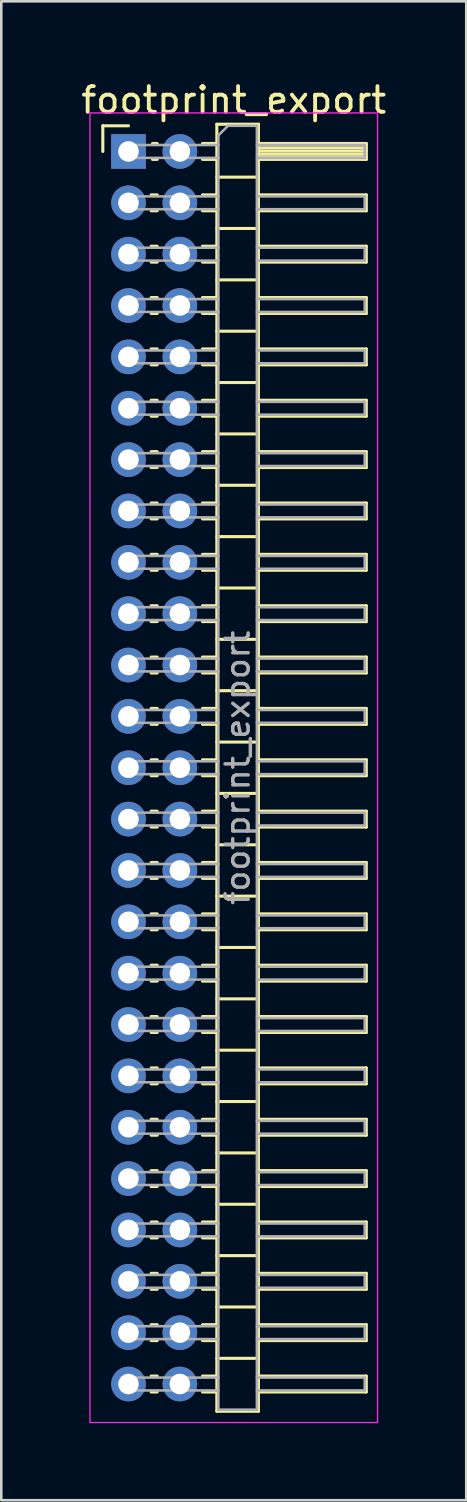
<source format=kicad_pcb>
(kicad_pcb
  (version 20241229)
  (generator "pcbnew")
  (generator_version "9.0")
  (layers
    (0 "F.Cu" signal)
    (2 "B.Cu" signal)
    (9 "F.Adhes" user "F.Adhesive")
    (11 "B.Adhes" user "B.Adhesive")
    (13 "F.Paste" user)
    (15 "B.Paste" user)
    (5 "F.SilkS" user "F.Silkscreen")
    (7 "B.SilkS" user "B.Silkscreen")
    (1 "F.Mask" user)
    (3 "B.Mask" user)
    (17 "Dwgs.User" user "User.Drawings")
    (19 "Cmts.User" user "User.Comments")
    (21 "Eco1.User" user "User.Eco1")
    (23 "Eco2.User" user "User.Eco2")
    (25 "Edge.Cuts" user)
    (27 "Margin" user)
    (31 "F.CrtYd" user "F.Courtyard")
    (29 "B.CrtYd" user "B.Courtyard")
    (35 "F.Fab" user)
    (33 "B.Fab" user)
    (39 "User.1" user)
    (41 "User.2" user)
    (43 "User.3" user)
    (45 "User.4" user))
  (footprint "footprint_export"
    (layer "F.Cu")
    (at 1.954 2.848)
    (property "Reference" "footprint_export" (at 4.1 -2 0) (layer "F.SilkS") (effects (font (size 1 1) (thickness 0.15))))
    (attr through_hole)
    (fp_line (start -1 -1) (end 0 -1) (stroke (width 0.12) (type solid)) (layer "F.SilkS"))
    (fp_line (start -1 0) (end -1 -1) (stroke (width 0.12) (type solid)) (layer "F.SilkS"))
    (fp_line (start 0.882 1.69) (end 1.118 1.69) (stroke (width 0.12) (type solid)) (layer "F.SilkS"))
    (fp_line (start 0.882 2.31) (end 1.118 2.31) (stroke (width 0.12) (type solid)) (layer "F.SilkS"))
    (fp_line (start 0.882 3.69) (end 1.118 3.69) (stroke (width 0.12) (type solid)) (layer "F.SilkS"))
    (fp_line (start 0.882 4.31) (end 1.118 4.31) (stroke (width 0.12) (type solid)) (layer "F.SilkS"))
    (fp_line (start 0.882 5.69) (end 1.118 5.69) (stroke (width 0.12) (type solid)) (layer "F.SilkS"))
    (fp_line (start 0.882 6.31) (end 1.118 6.31) (stroke (width 0.12) (type solid)) (layer "F.SilkS"))
    (fp_line (start 0.882 7.69) (end 1.118 7.69) (stroke (width 0.12) (type solid)) (layer "F.SilkS"))
    (fp_line (start 0.882 8.31) (end 1.118 8.31) (stroke (width 0.12) (type solid)) (layer "F.SilkS"))
    (fp_line (start 0.882 9.69) (end 1.118 9.69) (stroke (width 0.12) (type solid)) (layer "F.SilkS"))
    (fp_line (start 0.882 10.31) (end 1.118 10.31) (stroke (width 0.12) (type solid)) (layer "F.SilkS"))
    (fp_line (start 0.882 11.69) (end 1.118 11.69) (stroke (width 0.12) (type solid)) (layer "F.SilkS"))
    (fp_line (start 0.882 12.31) (end 1.118 12.31) (stroke (width 0.12) (type solid)) (layer "F.SilkS"))
    (fp_line (start 0.882 13.69) (end 1.118 13.69) (stroke (width 0.12) (type solid)) (layer "F.SilkS"))
    (fp_line (start 0.882 14.31) (end 1.118 14.31) (stroke (width 0.12) (type solid)) (layer "F.SilkS"))
    (fp_line (start 0.882 15.69) (end 1.118 15.69) (stroke (width 0.12) (type solid)) (layer "F.SilkS"))
    (fp_line (start 0.882 16.31) (end 1.118 16.31) (stroke (width 0.12) (type solid)) (layer "F.SilkS"))
    (fp_line (start 0.882 17.69) (end 1.118 17.69) (stroke (width 0.12) (type solid)) (layer "F.SilkS"))
    (fp_line (start 0.882 18.31) (end 1.118 18.31) (stroke (width 0.12) (type solid)) (layer "F.SilkS"))
    (fp_line (start 0.882 19.69) (end 1.118 19.69) (stroke (width 0.12) (type solid)) (layer "F.SilkS"))
    (fp_line (start 0.882 20.31) (end 1.118 20.31) (stroke (width 0.12) (type solid)) (layer "F.SilkS"))
    (fp_line (start 0.882 21.69) (end 1.118 21.69) (stroke (width 0.12) (type solid)) (layer "F.SilkS"))
    (fp_line (start 0.882 22.31) (end 1.118 22.31) (stroke (width 0.12) (type solid)) (layer "F.SilkS"))
    (fp_line (start 0.882 23.69) (end 1.118 23.69) (stroke (width 0.12) (type solid)) (layer "F.SilkS"))
    (fp_line (start 0.882 24.31) (end 1.118 24.31) (stroke (width 0.12) (type solid)) (layer "F.SilkS"))
    (fp_line (start 0.882 25.69) (end 1.118 25.69) (stroke (width 0.12) (type solid)) (layer "F.SilkS"))
    (fp_line (start 0.882 26.31) (end 1.118 26.31) (stroke (width 0.12) (type solid)) (layer "F.SilkS"))
    (fp_line (start 0.882 27.69) (end 1.118 27.69) (stroke (width 0.12) (type solid)) (layer "F.SilkS"))
    (fp_line (start 0.882 28.31) (end 1.118 28.31) (stroke (width 0.12) (type solid)) (layer "F.SilkS"))
    (fp_line (start 0.882 29.69) (end 1.118 29.69) (stroke (width 0.12) (type solid)) (layer "F.SilkS"))
    (fp_line (start 0.882 30.31) (end 1.118 30.31) (stroke (width 0.12) (type solid)) (layer "F.SilkS"))
    (fp_line (start 0.882 31.69) (end 1.118 31.69) (stroke (width 0.12) (type solid)) (layer "F.SilkS"))
    (fp_line (start 0.882 32.31) (end 1.118 32.31) (stroke (width 0.12) (type solid)) (layer "F.SilkS"))
    (fp_line (start 0.882 33.69) (end 1.118 33.69) (stroke (width 0.12) (type solid)) (layer "F.SilkS"))
    (fp_line (start 0.882 34.31) (end 1.118 34.31) (stroke (width 0.12) (type solid)) (layer "F.SilkS"))
    (fp_line (start 0.882 35.69) (end 1.118 35.69) (stroke (width 0.12) (type solid)) (layer "F.SilkS"))
    (fp_line (start 0.882 36.31) (end 1.118 36.31) (stroke (width 0.12) (type solid)) (layer "F.SilkS"))
    (fp_line (start 0.882 37.69) (end 1.118 37.69) (stroke (width 0.12) (type solid)) (layer "F.SilkS"))
    (fp_line (start 0.882 38.31) (end 1.118 38.31) (stroke (width 0.12) (type solid)) (layer "F.SilkS"))
    (fp_line (start 0.882 39.69) (end 1.118 39.69) (stroke (width 0.12) (type solid)) (layer "F.SilkS"))
    (fp_line (start 0.882 40.31) (end 1.118 40.31) (stroke (width 0.12) (type solid)) (layer "F.SilkS"))
    (fp_line (start 0.882 41.69) (end 1.118 41.69) (stroke (width 0.12) (type solid)) (layer "F.SilkS"))
    (fp_line (start 0.882 42.31) (end 1.118 42.31) (stroke (width 0.12) (type solid)) (layer "F.SilkS"))
    (fp_line (start 0.882 43.69) (end 1.118 43.69) (stroke (width 0.12) (type solid)) (layer "F.SilkS"))
    (fp_line (start 0.882 44.31) (end 1.118 44.31) (stroke (width 0.12) (type solid)) (layer "F.SilkS"))
    (fp_line (start 0.882 45.69) (end 1.118 45.69) (stroke (width 0.12) (type solid)) (layer "F.SilkS"))
    (fp_line (start 0.882 46.31) (end 1.118 46.31) (stroke (width 0.12) (type solid)) (layer "F.SilkS"))
    (fp_line (start 0.882 47.69) (end 1.118 47.69) (stroke (width 0.12) (type solid)) (layer "F.SilkS"))
    (fp_line (start 0.882 48.31) (end 1.118 48.31) (stroke (width 0.12) (type solid)) (layer "F.SilkS"))
    (fp_line (start 0.935 -0.31) (end 1.118 -0.31) (stroke (width 0.12) (type solid)) (layer "F.SilkS"))
    (fp_line (start 0.935 0.31) (end 1.118 0.31) (stroke (width 0.12) (type solid)) (layer "F.SilkS"))
    (fp_line (start 2.882 -0.31) (end 3.44 -0.31) (stroke (width 0.12) (type solid)) (layer "F.SilkS"))
    (fp_line (start 2.882 0.31) (end 3.44 0.31) (stroke (width 0.12) (type solid)) (layer "F.SilkS"))
    (fp_line (start 2.882 1.69) (end 3.44 1.69) (stroke (width 0.12) (type solid)) (layer "F.SilkS"))
    (fp_line (start 2.882 2.31) (end 3.44 2.31) (stroke (width 0.12) (type solid)) (layer "F.SilkS"))
    (fp_line (start 2.882 3.69) (end 3.44 3.69) (stroke (width 0.12) (type solid)) (layer "F.SilkS"))
    (fp_line (start 2.882 4.31) (end 3.44 4.31) (stroke (width 0.12) (type solid)) (layer "F.SilkS"))
    (fp_line (start 2.882 5.69) (end 3.44 5.69) (stroke (width 0.12) (type solid)) (layer "F.SilkS"))
    (fp_line (start 2.882 6.31) (end 3.44 6.31) (stroke (width 0.12) (type solid)) (layer "F.SilkS"))
    (fp_line (start 2.882 7.69) (end 3.44 7.69) (stroke (width 0.12) (type solid)) (layer "F.SilkS"))
    (fp_line (start 2.882 8.31) (end 3.44 8.31) (stroke (width 0.12) (type solid)) (layer "F.SilkS"))
    (fp_line (start 2.882 9.69) (end 3.44 9.69) (stroke (width 0.12) (type solid)) (layer "F.SilkS"))
    (fp_line (start 2.882 10.31) (end 3.44 10.31) (stroke (width 0.12) (type solid)) (layer "F.SilkS"))
    (fp_line (start 2.882 11.69) (end 3.44 11.69) (stroke (width 0.12) (type solid)) (layer "F.SilkS"))
    (fp_line (start 2.882 12.31) (end 3.44 12.31) (stroke (width 0.12) (type solid)) (layer "F.SilkS"))
    (fp_line (start 2.882 13.69) (end 3.44 13.69) (stroke (width 0.12) (type solid)) (layer "F.SilkS"))
    (fp_line (start 2.882 14.31) (end 3.44 14.31) (stroke (width 0.12) (type solid)) (layer "F.SilkS"))
    (fp_line (start 2.882 15.69) (end 3.44 15.69) (stroke (width 0.12) (type solid)) (layer "F.SilkS"))
    (fp_line (start 2.882 16.31) (end 3.44 16.31) (stroke (width 0.12) (type solid)) (layer "F.SilkS"))
    (fp_line (start 2.882 17.69) (end 3.44 17.69) (stroke (width 0.12) (type solid)) (layer "F.SilkS"))
    (fp_line (start 2.882 18.31) (end 3.44 18.31) (stroke (width 0.12) (type solid)) (layer "F.SilkS"))
    (fp_line (start 2.882 19.69) (end 3.44 19.69) (stroke (width 0.12) (type solid)) (layer "F.SilkS"))
    (fp_line (start 2.882 20.31) (end 3.44 20.31) (stroke (width 0.12) (type solid)) (layer "F.SilkS"))
    (fp_line (start 2.882 21.69) (end 3.44 21.69) (stroke (width 0.12) (type solid)) (layer "F.SilkS"))
    (fp_line (start 2.882 22.31) (end 3.44 22.31) (stroke (width 0.12) (type solid)) (layer "F.SilkS"))
    (fp_line (start 2.882 23.69) (end 3.44 23.69) (stroke (width 0.12) (type solid)) (layer "F.SilkS"))
    (fp_line (start 2.882 24.31) (end 3.44 24.31) (stroke (width 0.12) (type solid)) (layer "F.SilkS"))
    (fp_line (start 2.882 25.69) (end 3.44 25.69) (stroke (width 0.12) (type solid)) (layer "F.SilkS"))
    (fp_line (start 2.882 26.31) (end 3.44 26.31) (stroke (width 0.12) (type solid)) (layer "F.SilkS"))
    (fp_line (start 2.882 27.69) (end 3.44 27.69) (stroke (width 0.12) (type solid)) (layer "F.SilkS"))
    (fp_line (start 2.882 28.31) (end 3.44 28.31) (stroke (width 0.12) (type solid)) (layer "F.SilkS"))
    (fp_line (start 2.882 29.69) (end 3.44 29.69) (stroke (width 0.12) (type solid)) (layer "F.SilkS"))
    (fp_line (start 2.882 30.31) (end 3.44 30.31) (stroke (width 0.12) (type solid)) (layer "F.SilkS"))
    (fp_line (start 2.882 31.69) (end 3.44 31.69) (stroke (width 0.12) (type solid)) (layer "F.SilkS"))
    (fp_line (start 2.882 32.31) (end 3.44 32.31) (stroke (width 0.12) (type solid)) (layer "F.SilkS"))
    (fp_line (start 2.882 33.69) (end 3.44 33.69) (stroke (width 0.12) (type solid)) (layer "F.SilkS"))
    (fp_line (start 2.882 34.31) (end 3.44 34.31) (stroke (width 0.12) (type solid)) (layer "F.SilkS"))
    (fp_line (start 2.882 35.69) (end 3.44 35.69) (stroke (width 0.12) (type solid)) (layer "F.SilkS"))
    (fp_line (start 2.882 36.31) (end 3.44 36.31) (stroke (width 0.12) (type solid)) (layer "F.SilkS"))
    (fp_line (start 2.882 37.69) (end 3.44 37.69) (stroke (width 0.12) (type solid)) (layer "F.SilkS"))
    (fp_line (start 2.882 38.31) (end 3.44 38.31) (stroke (width 0.12) (type solid)) (layer "F.SilkS"))
    (fp_line (start 2.882 39.69) (end 3.44 39.69) (stroke (width 0.12) (type solid)) (layer "F.SilkS"))
    (fp_line (start 2.882 40.31) (end 3.44 40.31) (stroke (width 0.12) (type solid)) (layer "F.SilkS"))
    (fp_line (start 2.882 41.69) (end 3.44 41.69) (stroke (width 0.12) (type solid)) (layer "F.SilkS"))
    (fp_line (start 2.882 42.31) (end 3.44 42.31) (stroke (width 0.12) (type solid)) (layer "F.SilkS"))
    (fp_line (start 2.882 43.69) (end 3.44 43.69) (stroke (width 0.12) (type solid)) (layer "F.SilkS"))
    (fp_line (start 2.882 44.31) (end 3.44 44.31) (stroke (width 0.12) (type solid)) (layer "F.SilkS"))
    (fp_line (start 2.882 45.69) (end 3.44 45.69) (stroke (width 0.12) (type solid)) (layer "F.SilkS"))
    (fp_line (start 2.882 46.31) (end 3.44 46.31) (stroke (width 0.12) (type solid)) (layer "F.SilkS"))
    (fp_line (start 2.882 47.69) (end 3.44 47.69) (stroke (width 0.12) (type solid)) (layer "F.SilkS"))
    (fp_line (start 2.882 48.31) (end 3.44 48.31) (stroke (width 0.12) (type solid)) (layer "F.SilkS"))
    (fp_line (start 3.44 -1.06) (end 3.44 49.06) (stroke (width 0.12) (type solid)) (layer "F.SilkS"))
    (fp_line (start 3.44 1) (end 5.06 1) (stroke (width 0.12) (type solid)) (layer "F.SilkS"))
    (fp_line (start 3.44 3) (end 5.06 3) (stroke (width 0.12) (type solid)) (layer "F.SilkS"))
    (fp_line (start 3.44 5) (end 5.06 5) (stroke (width 0.12) (type solid)) (layer "F.SilkS"))
    (fp_line (start 3.44 7) (end 5.06 7) (stroke (width 0.12) (type solid)) (layer "F.SilkS"))
    (fp_line (start 3.44 9) (end 5.06 9) (stroke (width 0.12) (type solid)) (layer "F.SilkS"))
    (fp_line (start 3.44 11) (end 5.06 11) (stroke (width 0.12) (type solid)) (layer "F.SilkS"))
    (fp_line (start 3.44 13) (end 5.06 13) (stroke (width 0.12) (type solid)) (layer "F.SilkS"))
    (fp_line (start 3.44 15) (end 5.06 15) (stroke (width 0.12) (type solid)) (layer "F.SilkS"))
    (fp_line (start 3.44 17) (end 5.06 17) (stroke (width 0.12) (type solid)) (layer "F.SilkS"))
    (fp_line (start 3.44 19) (end 5.06 19) (stroke (width 0.12) (type solid)) (layer "F.SilkS"))
    (fp_line (start 3.44 21) (end 5.06 21) (stroke (width 0.12) (type solid)) (layer "F.SilkS"))
    (fp_line (start 3.44 23) (end 5.06 23) (stroke (width 0.12) (type solid)) (layer "F.SilkS"))
    (fp_line (start 3.44 25) (end 5.06 25) (stroke (width 0.12) (type solid)) (layer "F.SilkS"))
    (fp_line (start 3.44 27) (end 5.06 27) (stroke (width 0.12) (type solid)) (layer "F.SilkS"))
    (fp_line (start 3.44 29) (end 5.06 29) (stroke (width 0.12) (type solid)) (layer "F.SilkS"))
    (fp_line (start 3.44 31) (end 5.06 31) (stroke (width 0.12) (type solid)) (layer "F.SilkS"))
    (fp_line (start 3.44 33) (end 5.06 33) (stroke (width 0.12) (type solid)) (layer "F.SilkS"))
    (fp_line (start 3.44 35) (end 5.06 35) (stroke (width 0.12) (type solid)) (layer "F.SilkS"))
    (fp_line (start 3.44 37) (end 5.06 37) (stroke (width 0.12) (type solid)) (layer "F.SilkS"))
    (fp_line (start 3.44 39) (end 5.06 39) (stroke (width 0.12) (type solid)) (layer "F.SilkS"))
    (fp_line (start 3.44 41) (end 5.06 41) (stroke (width 0.12) (type solid)) (layer "F.SilkS"))
    (fp_line (start 3.44 43) (end 5.06 43) (stroke (width 0.12) (type solid)) (layer "F.SilkS"))
    (fp_line (start 3.44 45) (end 5.06 45) (stroke (width 0.12) (type solid)) (layer "F.SilkS"))
    (fp_line (start 3.44 47) (end 5.06 47) (stroke (width 0.12) (type solid)) (layer "F.SilkS"))
    (fp_line (start 3.44 49.06) (end 5.06 49.06) (stroke (width 0.12) (type solid)) (layer "F.SilkS"))
    (fp_line (start 5.06 -1.06) (end 3.44 -1.06) (stroke (width 0.12) (type solid)) (layer "F.SilkS"))
    (fp_line (start 5.06 -0.31) (end 9.26 -0.31) (stroke (width 0.12) (type solid)) (layer "F.SilkS"))
    (fp_line (start 5.06 -0.25) (end 9.26 -0.25) (stroke (width 0.12) (type solid)) (layer "F.SilkS"))
    (fp_line (start 5.06 -0.13) (end 9.26 -0.13) (stroke (width 0.12) (type solid)) (layer "F.SilkS"))
    (fp_line (start 5.06 -0.01) (end 9.26 -0.01) (stroke (width 0.12) (type solid)) (layer "F.SilkS"))
    (fp_line (start 5.06 0.11) (end 9.26 0.11) (stroke (width 0.12) (type solid)) (layer "F.SilkS"))
    (fp_line (start 5.06 0.23) (end 9.26 0.23) (stroke (width 0.12) (type solid)) (layer "F.SilkS"))
    (fp_line (start 5.06 1.69) (end 9.26 1.69) (stroke (width 0.12) (type solid)) (layer "F.SilkS"))
    (fp_line (start 5.06 3.69) (end 9.26 3.69) (stroke (width 0.12) (type solid)) (layer "F.SilkS"))
    (fp_line (start 5.06 5.69) (end 9.26 5.69) (stroke (width 0.12) (type solid)) (layer "F.SilkS"))
    (fp_line (start 5.06 7.69) (end 9.26 7.69) (stroke (width 0.12) (type solid)) (layer "F.SilkS"))
    (fp_line (start 5.06 9.69) (end 9.26 9.69) (stroke (width 0.12) (type solid)) (layer "F.SilkS"))
    (fp_line (start 5.06 11.69) (end 9.26 11.69) (stroke (width 0.12) (type solid)) (layer "F.SilkS"))
    (fp_line (start 5.06 13.69) (end 9.26 13.69) (stroke (width 0.12) (type solid)) (layer "F.SilkS"))
    (fp_line (start 5.06 15.69) (end 9.26 15.69) (stroke (width 0.12) (type solid)) (layer "F.SilkS"))
    (fp_line (start 5.06 17.69) (end 9.26 17.69) (stroke (width 0.12) (type solid)) (layer "F.SilkS"))
    (fp_line (start 5.06 19.69) (end 9.26 19.69) (stroke (width 0.12) (type solid)) (layer "F.SilkS"))
    (fp_line (start 5.06 21.69) (end 9.26 21.69) (stroke (width 0.12) (type solid)) (layer "F.SilkS"))
    (fp_line (start 5.06 23.69) (end 9.26 23.69) (stroke (width 0.12) (type solid)) (layer "F.SilkS"))
    (fp_line (start 5.06 25.69) (end 9.26 25.69) (stroke (width 0.12) (type solid)) (layer "F.SilkS"))
    (fp_line (start 5.06 27.69) (end 9.26 27.69) (stroke (width 0.12) (type solid)) (layer "F.SilkS"))
    (fp_line (start 5.06 29.69) (end 9.26 29.69) (stroke (width 0.12) (type solid)) (layer "F.SilkS"))
    (fp_line (start 5.06 31.69) (end 9.26 31.69) (stroke (width 0.12) (type solid)) (layer "F.SilkS"))
    (fp_line (start 5.06 33.69) (end 9.26 33.69) (stroke (width 0.12) (type solid)) (layer "F.SilkS"))
    (fp_line (start 5.06 35.69) (end 9.26 35.69) (stroke (width 0.12) (type solid)) (layer "F.SilkS"))
    (fp_line (start 5.06 37.69) (end 9.26 37.69) (stroke (width 0.12) (type solid)) (layer "F.SilkS"))
    (fp_line (start 5.06 39.69) (end 9.26 39.69) (stroke (width 0.12) (type solid)) (layer "F.SilkS"))
    (fp_line (start 5.06 41.69) (end 9.26 41.69) (stroke (width 0.12) (type solid)) (layer "F.SilkS"))
    (fp_line (start 5.06 43.69) (end 9.26 43.69) (stroke (width 0.12) (type solid)) (layer "F.SilkS"))
    (fp_line (start 5.06 45.69) (end 9.26 45.69) (stroke (width 0.12) (type solid)) (layer "F.SilkS"))
    (fp_line (start 5.06 47.69) (end 9.26 47.69) (stroke (width 0.12) (type solid)) (layer "F.SilkS"))
    (fp_line (start 5.06 49.06) (end 5.06 -1.06) (stroke (width 0.12) (type solid)) (layer "F.SilkS"))
    (fp_line (start 9.26 -0.31) (end 9.26 0.31) (stroke (width 0.12) (type solid)) (layer "F.SilkS"))
    (fp_line (start 9.26 0.31) (end 5.06 0.31) (stroke (width 0.12) (type solid)) (layer "F.SilkS"))
    (fp_line (start 9.26 1.69) (end 9.26 2.31) (stroke (width 0.12) (type solid)) (layer "F.SilkS"))
    (fp_line (start 9.26 2.31) (end 5.06 2.31) (stroke (width 0.12) (type solid)) (layer "F.SilkS"))
    (fp_line (start 9.26 3.69) (end 9.26 4.31) (stroke (width 0.12) (type solid)) (layer "F.SilkS"))
    (fp_line (start 9.26 4.31) (end 5.06 4.31) (stroke (width 0.12) (type solid)) (layer "F.SilkS"))
    (fp_line (start 9.26 5.69) (end 9.26 6.31) (stroke (width 0.12) (type solid)) (layer "F.SilkS"))
    (fp_line (start 9.26 6.31) (end 5.06 6.31) (stroke (width 0.12) (type solid)) (layer "F.SilkS"))
    (fp_line (start 9.26 7.69) (end 9.26 8.31) (stroke (width 0.12) (type solid)) (layer "F.SilkS"))
    (fp_line (start 9.26 8.31) (end 5.06 8.31) (stroke (width 0.12) (type solid)) (layer "F.SilkS"))
    (fp_line (start 9.26 9.69) (end 9.26 10.31) (stroke (width 0.12) (type solid)) (layer "F.SilkS"))
    (fp_line (start 9.26 10.31) (end 5.06 10.31) (stroke (width 0.12) (type solid)) (layer "F.SilkS"))
    (fp_line (start 9.26 11.69) (end 9.26 12.31) (stroke (width 0.12) (type solid)) (layer "F.SilkS"))
    (fp_line (start 9.26 12.31) (end 5.06 12.31) (stroke (width 0.12) (type solid)) (layer "F.SilkS"))
    (fp_line (start 9.26 13.69) (end 9.26 14.31) (stroke (width 0.12) (type solid)) (layer "F.SilkS"))
    (fp_line (start 9.26 14.31) (end 5.06 14.31) (stroke (width 0.12) (type solid)) (layer "F.SilkS"))
    (fp_line (start 9.26 15.69) (end 9.26 16.31) (stroke (width 0.12) (type solid)) (layer "F.SilkS"))
    (fp_line (start 9.26 16.31) (end 5.06 16.31) (stroke (width 0.12) (type solid)) (layer "F.SilkS"))
    (fp_line (start 9.26 17.69) (end 9.26 18.31) (stroke (width 0.12) (type solid)) (layer "F.SilkS"))
    (fp_line (start 9.26 18.31) (end 5.06 18.31) (stroke (width 0.12) (type solid)) (layer "F.SilkS"))
    (fp_line (start 9.26 19.69) (end 9.26 20.31) (stroke (width 0.12) (type solid)) (layer "F.SilkS"))
    (fp_line (start 9.26 20.31) (end 5.06 20.31) (stroke (width 0.12) (type solid)) (layer "F.SilkS"))
    (fp_line (start 9.26 21.69) (end 9.26 22.31) (stroke (width 0.12) (type solid)) (layer "F.SilkS"))
    (fp_line (start 9.26 22.31) (end 5.06 22.31) (stroke (width 0.12) (type solid)) (layer "F.SilkS"))
    (fp_line (start 9.26 23.69) (end 9.26 24.31) (stroke (width 0.12) (type solid)) (layer "F.SilkS"))
    (fp_line (start 9.26 24.31) (end 5.06 24.31) (stroke (width 0.12) (type solid)) (layer "F.SilkS"))
    (fp_line (start 9.26 25.69) (end 9.26 26.31) (stroke (width 0.12) (type solid)) (layer "F.SilkS"))
    (fp_line (start 9.26 26.31) (end 5.06 26.31) (stroke (width 0.12) (type solid)) (layer "F.SilkS"))
    (fp_line (start 9.26 27.69) (end 9.26 28.31) (stroke (width 0.12) (type solid)) (layer "F.SilkS"))
    (fp_line (start 9.26 28.31) (end 5.06 28.31) (stroke (width 0.12) (type solid)) (layer "F.SilkS"))
    (fp_line (start 9.26 29.69) (end 9.26 30.31) (stroke (width 0.12) (type solid)) (layer "F.SilkS"))
    (fp_line (start 9.26 30.31) (end 5.06 30.31) (stroke (width 0.12) (type solid)) (layer "F.SilkS"))
    (fp_line (start 9.26 31.69) (end 9.26 32.31) (stroke (width 0.12) (type solid)) (layer "F.SilkS"))
    (fp_line (start 9.26 32.31) (end 5.06 32.31) (stroke (width 0.12) (type solid)) (layer "F.SilkS"))
    (fp_line (start 9.26 33.69) (end 9.26 34.31) (stroke (width 0.12) (type solid)) (layer "F.SilkS"))
    (fp_line (start 9.26 34.31) (end 5.06 34.31) (stroke (width 0.12) (type solid)) (layer "F.SilkS"))
    (fp_line (start 9.26 35.69) (end 9.26 36.31) (stroke (width 0.12) (type solid)) (layer "F.SilkS"))
    (fp_line (start 9.26 36.31) (end 5.06 36.31) (stroke (width 0.12) (type solid)) (layer "F.SilkS"))
    (fp_line (start 9.26 37.69) (end 9.26 38.31) (stroke (width 0.12) (type solid)) (layer "F.SilkS"))
    (fp_line (start 9.26 38.31) (end 5.06 38.31) (stroke (width 0.12) (type solid)) (layer "F.SilkS"))
    (fp_line (start 9.26 39.69) (end 9.26 40.31) (stroke (width 0.12) (type solid)) (layer "F.SilkS"))
    (fp_line (start 9.26 40.31) (end 5.06 40.31) (stroke (width 0.12) (type solid)) (layer "F.SilkS"))
    (fp_line (start 9.26 41.69) (end 9.26 42.31) (stroke (width 0.12) (type solid)) (layer "F.SilkS"))
    (fp_line (start 9.26 42.31) (end 5.06 42.31) (stroke (width 0.12) (type solid)) (layer "F.SilkS"))
    (fp_line (start 9.26 43.69) (end 9.26 44.31) (stroke (width 0.12) (type solid)) (layer "F.SilkS"))
    (fp_line (start 9.26 44.31) (end 5.06 44.31) (stroke (width 0.12) (type solid)) (layer "F.SilkS"))
    (fp_line (start 9.26 45.69) (end 9.26 46.31) (stroke (width 0.12) (type solid)) (layer "F.SilkS"))
    (fp_line (start 9.26 46.31) (end 5.06 46.31) (stroke (width 0.12) (type solid)) (layer "F.SilkS"))
    (fp_line (start 9.26 47.69) (end 9.26 48.31) (stroke (width 0.12) (type solid)) (layer "F.SilkS"))
    (fp_line (start 9.26 48.31) (end 5.06 48.31) (stroke (width 0.12) (type solid)) (layer "F.SilkS"))
    (fp_line (start -1.5 -1.5) (end -1.5 49.5) (stroke (width 0.05) (type solid)) (layer "F.CrtYd"))
    (fp_line (start -1.5 49.5) (end 9.7 49.5) (stroke (width 0.05) (type solid)) (layer "F.CrtYd"))
    (fp_line (start 9.7 -1.5) (end -1.5 -1.5) (stroke (width 0.05) (type solid)) (layer "F.CrtYd"))
    (fp_line (start 9.7 49.5) (end 9.7 -1.5) (stroke (width 0.05) (type solid)) (layer "F.CrtYd"))
    (fp_line (start -0.25 -0.25) (end -0.25 0.25) (stroke (width 0.1) (type solid)) (layer "F.Fab"))
    (fp_line (start -0.25 -0.25) (end 3.5 -0.25) (stroke (width 0.1) (type solid)) (layer "F.Fab"))
    (fp_line (start -0.25 0.25) (end 3.5 0.25) (stroke (width 0.1) (type solid)) (layer "F.Fab"))
    (fp_line (start -0.25 1.75) (end -0.25 2.25) (stroke (width 0.1) (type solid)) (layer "F.Fab"))
    (fp_line (start -0.25 1.75) (end 3.5 1.75) (stroke (width 0.1) (type solid)) (layer "F.Fab"))
    (fp_line (start -0.25 2.25) (end 3.5 2.25) (stroke (width 0.1) (type solid)) (layer "F.Fab"))
    (fp_line (start -0.25 3.75) (end -0.25 4.25) (stroke (width 0.1) (type solid)) (layer "F.Fab"))
    (fp_line (start -0.25 3.75) (end 3.5 3.75) (stroke (width 0.1) (type solid)) (layer "F.Fab"))
    (fp_line (start -0.25 4.25) (end 3.5 4.25) (stroke (width 0.1) (type solid)) (layer "F.Fab"))
    (fp_line (start -0.25 5.75) (end -0.25 6.25) (stroke (width 0.1) (type solid)) (layer "F.Fab"))
    (fp_line (start -0.25 5.75) (end 3.5 5.75) (stroke (width 0.1) (type solid)) (layer "F.Fab"))
    (fp_line (start -0.25 6.25) (end 3.5 6.25) (stroke (width 0.1) (type solid)) (layer "F.Fab"))
    (fp_line (start -0.25 7.75) (end -0.25 8.25) (stroke (width 0.1) (type solid)) (layer "F.Fab"))
    (fp_line (start -0.25 7.75) (end 3.5 7.75) (stroke (width 0.1) (type solid)) (layer "F.Fab"))
    (fp_line (start -0.25 8.25) (end 3.5 8.25) (stroke (width 0.1) (type solid)) (layer "F.Fab"))
    (fp_line (start -0.25 9.75) (end -0.25 10.25) (stroke (width 0.1) (type solid)) (layer "F.Fab"))
    (fp_line (start -0.25 9.75) (end 3.5 9.75) (stroke (width 0.1) (type solid)) (layer "F.Fab"))
    (fp_line (start -0.25 10.25) (end 3.5 10.25) (stroke (width 0.1) (type solid)) (layer "F.Fab"))
    (fp_line (start -0.25 11.75) (end -0.25 12.25) (stroke (width 0.1) (type solid)) (layer "F.Fab"))
    (fp_line (start -0.25 11.75) (end 3.5 11.75) (stroke (width 0.1) (type solid)) (layer "F.Fab"))
    (fp_line (start -0.25 12.25) (end 3.5 12.25) (stroke (width 0.1) (type solid)) (layer "F.Fab"))
    (fp_line (start -0.25 13.75) (end -0.25 14.25) (stroke (width 0.1) (type solid)) (layer "F.Fab"))
    (fp_line (start -0.25 13.75) (end 3.5 13.75) (stroke (width 0.1) (type solid)) (layer "F.Fab"))
    (fp_line (start -0.25 14.25) (end 3.5 14.25) (stroke (width 0.1) (type solid)) (layer "F.Fab"))
    (fp_line (start -0.25 15.75) (end -0.25 16.25) (stroke (width 0.1) (type solid)) (layer "F.Fab"))
    (fp_line (start -0.25 15.75) (end 3.5 15.75) (stroke (width 0.1) (type solid)) (layer "F.Fab"))
    (fp_line (start -0.25 16.25) (end 3.5 16.25) (stroke (width 0.1) (type solid)) (layer "F.Fab"))
    (fp_line (start -0.25 17.75) (end -0.25 18.25) (stroke (width 0.1) (type solid)) (layer "F.Fab"))
    (fp_line (start -0.25 17.75) (end 3.5 17.75) (stroke (width 0.1) (type solid)) (layer "F.Fab"))
    (fp_line (start -0.25 18.25) (end 3.5 18.25) (stroke (width 0.1) (type solid)) (layer "F.Fab"))
    (fp_line (start -0.25 19.75) (end -0.25 20.25) (stroke (width 0.1) (type solid)) (layer "F.Fab"))
    (fp_line (start -0.25 19.75) (end 3.5 19.75) (stroke (width 0.1) (type solid)) (layer "F.Fab"))
    (fp_line (start -0.25 20.25) (end 3.5 20.25) (stroke (width 0.1) (type solid)) (layer "F.Fab"))
    (fp_line (start -0.25 21.75) (end -0.25 22.25) (stroke (width 0.1) (type solid)) (layer "F.Fab"))
    (fp_line (start -0.25 21.75) (end 3.5 21.75) (stroke (width 0.1) (type solid)) (layer "F.Fab"))
    (fp_line (start -0.25 22.25) (end 3.5 22.25) (stroke (width 0.1) (type solid)) (layer "F.Fab"))
    (fp_line (start -0.25 23.75) (end -0.25 24.25) (stroke (width 0.1) (type solid)) (layer "F.Fab"))
    (fp_line (start -0.25 23.75) (end 3.5 23.75) (stroke (width 0.1) (type solid)) (layer "F.Fab"))
    (fp_line (start -0.25 24.25) (end 3.5 24.25) (stroke (width 0.1) (type solid)) (layer "F.Fab"))
    (fp_line (start -0.25 25.75) (end -0.25 26.25) (stroke (width 0.1) (type solid)) (layer "F.Fab"))
    (fp_line (start -0.25 25.75) (end 3.5 25.75) (stroke (width 0.1) (type solid)) (layer "F.Fab"))
    (fp_line (start -0.25 26.25) (end 3.5 26.25) (stroke (width 0.1) (type solid)) (layer "F.Fab"))
    (fp_line (start -0.25 27.75) (end -0.25 28.25) (stroke (width 0.1) (type solid)) (layer "F.Fab"))
    (fp_line (start -0.25 27.75) (end 3.5 27.75) (stroke (width 0.1) (type solid)) (layer "F.Fab"))
    (fp_line (start -0.25 28.25) (end 3.5 28.25) (stroke (width 0.1) (type solid)) (layer "F.Fab"))
    (fp_line (start -0.25 29.75) (end -0.25 30.25) (stroke (width 0.1) (type solid)) (layer "F.Fab"))
    (fp_line (start -0.25 29.75) (end 3.5 29.75) (stroke (width 0.1) (type solid)) (layer "F.Fab"))
    (fp_line (start -0.25 30.25) (end 3.5 30.25) (stroke (width 0.1) (type solid)) (layer "F.Fab"))
    (fp_line (start -0.25 31.75) (end -0.25 32.25) (stroke (width 0.1) (type solid)) (layer "F.Fab"))
    (fp_line (start -0.25 31.75) (end 3.5 31.75) (stroke (width 0.1) (type solid)) (layer "F.Fab"))
    (fp_line (start -0.25 32.25) (end 3.5 32.25) (stroke (width 0.1) (type solid)) (layer "F.Fab"))
    (fp_line (start -0.25 33.75) (end -0.25 34.25) (stroke (width 0.1) (type solid)) (layer "F.Fab"))
    (fp_line (start -0.25 33.75) (end 3.5 33.75) (stroke (width 0.1) (type solid)) (layer "F.Fab"))
    (fp_line (start -0.25 34.25) (end 3.5 34.25) (stroke (width 0.1) (type solid)) (layer "F.Fab"))
    (fp_line (start -0.25 35.75) (end -0.25 36.25) (stroke (width 0.1) (type solid)) (layer "F.Fab"))
    (fp_line (start -0.25 35.75) (end 3.5 35.75) (stroke (width 0.1) (type solid)) (layer "F.Fab"))
    (fp_line (start -0.25 36.25) (end 3.5 36.25) (stroke (width 0.1) (type solid)) (layer "F.Fab"))
    (fp_line (start -0.25 37.75) (end -0.25 38.25) (stroke (width 0.1) (type solid)) (layer "F.Fab"))
    (fp_line (start -0.25 37.75) (end 3.5 37.75) (stroke (width 0.1) (type solid)) (layer "F.Fab"))
    (fp_line (start -0.25 38.25) (end 3.5 38.25) (stroke (width 0.1) (type solid)) (layer "F.Fab"))
    (fp_line (start -0.25 39.75) (end -0.25 40.25) (stroke (width 0.1) (type solid)) (layer "F.Fab"))
    (fp_line (start -0.25 39.75) (end 3.5 39.75) (stroke (width 0.1) (type solid)) (layer "F.Fab"))
    (fp_line (start -0.25 40.25) (end 3.5 40.25) (stroke (width 0.1) (type solid)) (layer "F.Fab"))
    (fp_line (start -0.25 41.75) (end -0.25 42.25) (stroke (width 0.1) (type solid)) (layer "F.Fab"))
    (fp_line (start -0.25 41.75) (end 3.5 41.75) (stroke (width 0.1) (type solid)) (layer "F.Fab"))
    (fp_line (start -0.25 42.25) (end 3.5 42.25) (stroke (width 0.1) (type solid)) (layer "F.Fab"))
    (fp_line (start -0.25 43.75) (end -0.25 44.25) (stroke (width 0.1) (type solid)) (layer "F.Fab"))
    (fp_line (start -0.25 43.75) (end 3.5 43.75) (stroke (width 0.1) (type solid)) (layer "F.Fab"))
    (fp_line (start -0.25 44.25) (end 3.5 44.25) (stroke (width 0.1) (type solid)) (layer "F.Fab"))
    (fp_line (start -0.25 45.75) (end -0.25 46.25) (stroke (width 0.1) (type solid)) (layer "F.Fab"))
    (fp_line (start -0.25 45.75) (end 3.5 45.75) (stroke (width 0.1) (type solid)) (layer "F.Fab"))
    (fp_line (start -0.25 46.25) (end 3.5 46.25) (stroke (width 0.1) (type solid)) (layer "F.Fab"))
    (fp_line (start -0.25 47.75) (end -0.25 48.25) (stroke (width 0.1) (type solid)) (layer "F.Fab"))
    (fp_line (start -0.25 47.75) (end 3.5 47.75) (stroke (width 0.1) (type solid)) (layer "F.Fab"))
    (fp_line (start -0.25 48.25) (end 3.5 48.25) (stroke (width 0.1) (type solid)) (layer "F.Fab"))
    (fp_line (start 3.5 -0.625) (end 3.875 -1) (stroke (width 0.1) (type solid)) (layer "F.Fab"))
    (fp_line (start 3.5 49) (end 3.5 -0.625) (stroke (width 0.1) (type solid)) (layer "F.Fab"))
    (fp_line (start 3.875 -1) (end 5 -1) (stroke (width 0.1) (type solid)) (layer "F.Fab"))
    (fp_line (start 5 -1) (end 5 49) (stroke (width 0.1) (type solid)) (layer "F.Fab"))
    (fp_line (start 5 -0.25) (end 9.2 -0.25) (stroke (width 0.1) (type solid)) (layer "F.Fab"))
    (fp_line (start 5 0.25) (end 9.2 0.25) (stroke (width 0.1) (type solid)) (layer "F.Fab"))
    (fp_line (start 5 1.75) (end 9.2 1.75) (stroke (width 0.1) (type solid)) (layer "F.Fab"))
    (fp_line (start 5 2.25) (end 9.2 2.25) (stroke (width 0.1) (type solid)) (layer "F.Fab"))
    (fp_line (start 5 3.75) (end 9.2 3.75) (stroke (width 0.1) (type solid)) (layer "F.Fab"))
    (fp_line (start 5 4.25) (end 9.2 4.25) (stroke (width 0.1) (type solid)) (layer "F.Fab"))
    (fp_line (start 5 5.75) (end 9.2 5.75) (stroke (width 0.1) (type solid)) (layer "F.Fab"))
    (fp_line (start 5 6.25) (end 9.2 6.25) (stroke (width 0.1) (type solid)) (layer "F.Fab"))
    (fp_line (start 5 7.75) (end 9.2 7.75) (stroke (width 0.1) (type solid)) (layer "F.Fab"))
    (fp_line (start 5 8.25) (end 9.2 8.25) (stroke (width 0.1) (type solid)) (layer "F.Fab"))
    (fp_line (start 5 9.75) (end 9.2 9.75) (stroke (width 0.1) (type solid)) (layer "F.Fab"))
    (fp_line (start 5 10.25) (end 9.2 10.25) (stroke (width 0.1) (type solid)) (layer "F.Fab"))
    (fp_line (start 5 11.75) (end 9.2 11.75) (stroke (width 0.1) (type solid)) (layer "F.Fab"))
    (fp_line (start 5 12.25) (end 9.2 12.25) (stroke (width 0.1) (type solid)) (layer "F.Fab"))
    (fp_line (start 5 13.75) (end 9.2 13.75) (stroke (width 0.1) (type solid)) (layer "F.Fab"))
    (fp_line (start 5 14.25) (end 9.2 14.25) (stroke (width 0.1) (type solid)) (layer "F.Fab"))
    (fp_line (start 5 15.75) (end 9.2 15.75) (stroke (width 0.1) (type solid)) (layer "F.Fab"))
    (fp_line (start 5 16.25) (end 9.2 16.25) (stroke (width 0.1) (type solid)) (layer "F.Fab"))
    (fp_line (start 5 17.75) (end 9.2 17.75) (stroke (width 0.1) (type solid)) (layer "F.Fab"))
    (fp_line (start 5 18.25) (end 9.2 18.25) (stroke (width 0.1) (type solid)) (layer "F.Fab"))
    (fp_line (start 5 19.75) (end 9.2 19.75) (stroke (width 0.1) (type solid)) (layer "F.Fab"))
    (fp_line (start 5 20.25) (end 9.2 20.25) (stroke (width 0.1) (type solid)) (layer "F.Fab"))
    (fp_line (start 5 21.75) (end 9.2 21.75) (stroke (width 0.1) (type solid)) (layer "F.Fab"))
    (fp_line (start 5 22.25) (end 9.2 22.25) (stroke (width 0.1) (type solid)) (layer "F.Fab"))
    (fp_line (start 5 23.75) (end 9.2 23.75) (stroke (width 0.1) (type solid)) (layer "F.Fab"))
    (fp_line (start 5 24.25) (end 9.2 24.25) (stroke (width 0.1) (type solid)) (layer "F.Fab"))
    (fp_line (start 5 25.75) (end 9.2 25.75) (stroke (width 0.1) (type solid)) (layer "F.Fab"))
    (fp_line (start 5 26.25) (end 9.2 26.25) (stroke (width 0.1) (type solid)) (layer "F.Fab"))
    (fp_line (start 5 27.75) (end 9.2 27.75) (stroke (width 0.1) (type solid)) (layer "F.Fab"))
    (fp_line (start 5 28.25) (end 9.2 28.25) (stroke (width 0.1) (type solid)) (layer "F.Fab"))
    (fp_line (start 5 29.75) (end 9.2 29.75) (stroke (width 0.1) (type solid)) (layer "F.Fab"))
    (fp_line (start 5 30.25) (end 9.2 30.25) (stroke (width 0.1) (type solid)) (layer "F.Fab"))
    (fp_line (start 5 31.75) (end 9.2 31.75) (stroke (width 0.1) (type solid)) (layer "F.Fab"))
    (fp_line (start 5 32.25) (end 9.2 32.25) (stroke (width 0.1) (type solid)) (layer "F.Fab"))
    (fp_line (start 5 33.75) (end 9.2 33.75) (stroke (width 0.1) (type solid)) (layer "F.Fab"))
    (fp_line (start 5 34.25) (end 9.2 34.25) (stroke (width 0.1) (type solid)) (layer "F.Fab"))
    (fp_line (start 5 35.75) (end 9.2 35.75) (stroke (width 0.1) (type solid)) (layer "F.Fab"))
    (fp_line (start 5 36.25) (end 9.2 36.25) (stroke (width 0.1) (type solid)) (layer "F.Fab"))
    (fp_line (start 5 37.75) (end 9.2 37.75) (stroke (width 0.1) (type solid)) (layer "F.Fab"))
    (fp_line (start 5 38.25) (end 9.2 38.25) (stroke (width 0.1) (type solid)) (layer "F.Fab"))
    (fp_line (start 5 39.75) (end 9.2 39.75) (stroke (width 0.1) (type solid)) (layer "F.Fab"))
    (fp_line (start 5 40.25) (end 9.2 40.25) (stroke (width 0.1) (type solid)) (layer "F.Fab"))
    (fp_line (start 5 41.75) (end 9.2 41.75) (stroke (width 0.1) (type solid)) (layer "F.Fab"))
    (fp_line (start 5 42.25) (end 9.2 42.25) (stroke (width 0.1) (type solid)) (layer "F.Fab"))
    (fp_line (start 5 43.75) (end 9.2 43.75) (stroke (width 0.1) (type solid)) (layer "F.Fab"))
    (fp_line (start 5 44.25) (end 9.2 44.25) (stroke (width 0.1) (type solid)) (layer "F.Fab"))
    (fp_line (start 5 45.75) (end 9.2 45.75) (stroke (width 0.1) (type solid)) (layer "F.Fab"))
    (fp_line (start 5 46.25) (end 9.2 46.25) (stroke (width 0.1) (type solid)) (layer "F.Fab"))
    (fp_line (start 5 47.75) (end 9.2 47.75) (stroke (width 0.1) (type solid)) (layer "F.Fab"))
    (fp_line (start 5 48.25) (end 9.2 48.25) (stroke (width 0.1) (type solid)) (layer "F.Fab"))
    (fp_line (start 5 49) (end 3.5 49) (stroke (width 0.1) (type solid)) (layer "F.Fab"))
    (fp_line (start 9.2 -0.25) (end 9.2 0.25) (stroke (width 0.1) (type solid)) (layer "F.Fab"))
    (fp_line (start 9.2 1.75) (end 9.2 2.25) (stroke (width 0.1) (type solid)) (layer "F.Fab"))
    (fp_line (start 9.2 3.75) (end 9.2 4.25) (stroke (width 0.1) (type solid)) (layer "F.Fab"))
    (fp_line (start 9.2 5.75) (end 9.2 6.25) (stroke (width 0.1) (type solid)) (layer "F.Fab"))
    (fp_line (start 9.2 7.75) (end 9.2 8.25) (stroke (width 0.1) (type solid)) (layer "F.Fab"))
    (fp_line (start 9.2 9.75) (end 9.2 10.25) (stroke (width 0.1) (type solid)) (layer "F.Fab"))
    (fp_line (start 9.2 11.75) (end 9.2 12.25) (stroke (width 0.1) (type solid)) (layer "F.Fab"))
    (fp_line (start 9.2 13.75) (end 9.2 14.25) (stroke (width 0.1) (type solid)) (layer "F.Fab"))
    (fp_line (start 9.2 15.75) (end 9.2 16.25) (stroke (width 0.1) (type solid)) (layer "F.Fab"))
    (fp_line (start 9.2 17.75) (end 9.2 18.25) (stroke (width 0.1) (type solid)) (layer "F.Fab"))
    (fp_line (start 9.2 19.75) (end 9.2 20.25) (stroke (width 0.1) (type solid)) (layer "F.Fab"))
    (fp_line (start 9.2 21.75) (end 9.2 22.25) (stroke (width 0.1) (type solid)) (layer "F.Fab"))
    (fp_line (start 9.2 23.75) (end 9.2 24.25) (stroke (width 0.1) (type solid)) (layer "F.Fab"))
    (fp_line (start 9.2 25.75) (end 9.2 26.25) (stroke (width 0.1) (type solid)) (layer "F.Fab"))
    (fp_line (start 9.2 27.75) (end 9.2 28.25) (stroke (width 0.1) (type solid)) (layer "F.Fab"))
    (fp_line (start 9.2 29.75) (end 9.2 30.25) (stroke (width 0.1) (type solid)) (layer "F.Fab"))
    (fp_line (start 9.2 31.75) (end 9.2 32.25) (stroke (width 0.1) (type solid)) (layer "F.Fab"))
    (fp_line (start 9.2 33.75) (end 9.2 34.25) (stroke (width 0.1) (type solid)) (layer "F.Fab"))
    (fp_line (start 9.2 35.75) (end 9.2 36.25) (stroke (width 0.1) (type solid)) (layer "F.Fab"))
    (fp_line (start 9.2 37.75) (end 9.2 38.25) (stroke (width 0.1) (type solid)) (layer "F.Fab"))
    (fp_line (start 9.2 39.75) (end 9.2 40.25) (stroke (width 0.1) (type solid)) (layer "F.Fab"))
    (fp_line (start 9.2 41.75) (end 9.2 42.25) (stroke (width 0.1) (type solid)) (layer "F.Fab"))
    (fp_line (start 9.2 43.75) (end 9.2 44.25) (stroke (width 0.1) (type solid)) (layer "F.Fab"))
    (fp_line (start 9.2 45.75) (end 9.2 46.25) (stroke (width 0.1) (type solid)) (layer "F.Fab"))
    (fp_line (start 9.2 47.75) (end 9.2 48.25) (stroke (width 0.1) (type solid)) (layer "F.Fab"))
    (fp_text user "${REFERENCE}" (at 4.25 24 90) (layer "F.Fab") (effects (font (size 0.9 0.9) (thickness 0.135))))
    (pad "1" thru_hole rect (at 0 0) (size 1.35 1.35) (drill 0.8) (layers "*.Cu" "*.Mask"))
    (pad "2" thru_hole oval (at 2 0) (size 1.35 1.35) (drill 0.8) (layers "*.Cu" "*.Mask"))
    (pad "3" thru_hole oval (at 0 2) (size 1.35 1.35) (drill 0.8) (layers "*.Cu" "*.Mask"))
    (pad "4" thru_hole oval (at 2 2) (size 1.35 1.35) (drill 0.8) (layers "*.Cu" "*.Mask"))
    (pad "5" thru_hole oval (at 0 4) (size 1.35 1.35) (drill 0.8) (layers "*.Cu" "*.Mask"))
    (pad "6" thru_hole oval (at 2 4) (size 1.35 1.35) (drill 0.8) (layers "*.Cu" "*.Mask"))
    (pad "7" thru_hole oval (at 0 6) (size 1.35 1.35) (drill 0.8) (layers "*.Cu" "*.Mask"))
    (pad "8" thru_hole oval (at 2 6) (size 1.35 1.35) (drill 0.8) (layers "*.Cu" "*.Mask"))
    (pad "9" thru_hole oval (at 0 8) (size 1.35 1.35) (drill 0.8) (layers "*.Cu" "*.Mask"))
    (pad "10" thru_hole oval (at 2 8) (size 1.35 1.35) (drill 0.8) (layers "*.Cu" "*.Mask"))
    (pad "11" thru_hole oval (at 0 10) (size 1.35 1.35) (drill 0.8) (layers "*.Cu" "*.Mask"))
    (pad "12" thru_hole oval (at 2 10) (size 1.35 1.35) (drill 0.8) (layers "*.Cu" "*.Mask"))
    (pad "13" thru_hole oval (at 0 12) (size 1.35 1.35) (drill 0.8) (layers "*.Cu" "*.Mask"))
    (pad "14" thru_hole oval (at 2 12) (size 1.35 1.35) (drill 0.8) (layers "*.Cu" "*.Mask"))
    (pad "15" thru_hole oval (at 0 14) (size 1.35 1.35) (drill 0.8) (layers "*.Cu" "*.Mask"))
    (pad "16" thru_hole oval (at 2 14) (size 1.35 1.35) (drill 0.8) (layers "*.Cu" "*.Mask"))
    (pad "17" thru_hole oval (at 0 16) (size 1.35 1.35) (drill 0.8) (layers "*.Cu" "*.Mask"))
    (pad "18" thru_hole oval (at 2 16) (size 1.35 1.35) (drill 0.8) (layers "*.Cu" "*.Mask"))
    (pad "19" thru_hole oval (at 0 18) (size 1.35 1.35) (drill 0.8) (layers "*.Cu" "*.Mask"))
    (pad "20" thru_hole oval (at 2 18) (size 1.35 1.35) (drill 0.8) (layers "*.Cu" "*.Mask"))
    (pad "21" thru_hole oval (at 0 20) (size 1.35 1.35) (drill 0.8) (layers "*.Cu" "*.Mask"))
    (pad "22" thru_hole oval (at 2 20) (size 1.35 1.35) (drill 0.8) (layers "*.Cu" "*.Mask"))
    (pad "23" thru_hole oval (at 0 22) (size 1.35 1.35) (drill 0.8) (layers "*.Cu" "*.Mask"))
    (pad "24" thru_hole oval (at 2 22) (size 1.35 1.35) (drill 0.8) (layers "*.Cu" "*.Mask"))
    (pad "25" thru_hole oval (at 0 24) (size 1.35 1.35) (drill 0.8) (layers "*.Cu" "*.Mask"))
    (pad "26" thru_hole oval (at 2 24) (size 1.35 1.35) (drill 0.8) (layers "*.Cu" "*.Mask"))
    (pad "27" thru_hole oval (at 0 26) (size 1.35 1.35) (drill 0.8) (layers "*.Cu" "*.Mask"))
    (pad "28" thru_hole oval (at 2 26) (size 1.35 1.35) (drill 0.8) (layers "*.Cu" "*.Mask"))
    (pad "29" thru_hole oval (at 0 28) (size 1.35 1.35) (drill 0.8) (layers "*.Cu" "*.Mask"))
    (pad "30" thru_hole oval (at 2 28) (size 1.35 1.35) (drill 0.8) (layers "*.Cu" "*.Mask"))
    (pad "31" thru_hole oval (at 0 30) (size 1.35 1.35) (drill 0.8) (layers "*.Cu" "*.Mask"))
    (pad "32" thru_hole oval (at 2 30) (size 1.35 1.35) (drill 0.8) (layers "*.Cu" "*.Mask"))
    (pad "33" thru_hole oval (at 0 32) (size 1.35 1.35) (drill 0.8) (layers "*.Cu" "*.Mask"))
    (pad "34" thru_hole oval (at 2 32) (size 1.35 1.35) (drill 0.8) (layers "*.Cu" "*.Mask"))
    (pad "35" thru_hole oval (at 0 34) (size 1.35 1.35) (drill 0.8) (layers "*.Cu" "*.Mask"))
    (pad "36" thru_hole oval (at 2 34) (size 1.35 1.35) (drill 0.8) (layers "*.Cu" "*.Mask"))
    (pad "37" thru_hole oval (at 0 36) (size 1.35 1.35) (drill 0.8) (layers "*.Cu" "*.Mask"))
    (pad "38" thru_hole oval (at 2 36) (size 1.35 1.35) (drill 0.8) (layers "*.Cu" "*.Mask"))
    (pad "39" thru_hole oval (at 0 38) (size 1.35 1.35) (drill 0.8) (layers "*.Cu" "*.Mask"))
    (pad "40" thru_hole oval (at 2 38) (size 1.35 1.35) (drill 0.8) (layers "*.Cu" "*.Mask"))
    (pad "41" thru_hole oval (at 0 40) (size 1.35 1.35) (drill 0.8) (layers "*.Cu" "*.Mask"))
    (pad "42" thru_hole oval (at 2 40) (size 1.35 1.35) (drill 0.8) (layers "*.Cu" "*.Mask"))
    (pad "43" thru_hole oval (at 0 42) (size 1.35 1.35) (drill 0.8) (layers "*.Cu" "*.Mask"))
    (pad "44" thru_hole oval (at 2 42) (size 1.35 1.35) (drill 0.8) (layers "*.Cu" "*.Mask"))
    (pad "45" thru_hole oval (at 0 44) (size 1.35 1.35) (drill 0.8) (layers "*.Cu" "*.Mask"))
    (pad "46" thru_hole oval (at 2 44) (size 1.35 1.35) (drill 0.8) (layers "*.Cu" "*.Mask"))
    (pad "47" thru_hole oval (at 0 46) (size 1.35 1.35) (drill 0.8) (layers "*.Cu" "*.Mask"))
    (pad "48" thru_hole oval (at 2 46) (size 1.35 1.35) (drill 0.8) (layers "*.Cu" "*.Mask"))
    (pad "49" thru_hole oval (at 0 48) (size 1.35 1.35) (drill 0.8) (layers "*.Cu" "*.Mask"))
    (pad "50" thru_hole oval (at 2 48) (size 1.35 1.35) (drill 0.8) (layers "*.Cu" "*.Mask")))
  (gr_rect
    (start -3 -3)
    (end 15.107 55.373)
    (stroke (width 0.1) (type default))
    (fill no)
    (layer "Edge.Cuts")))
</source>
